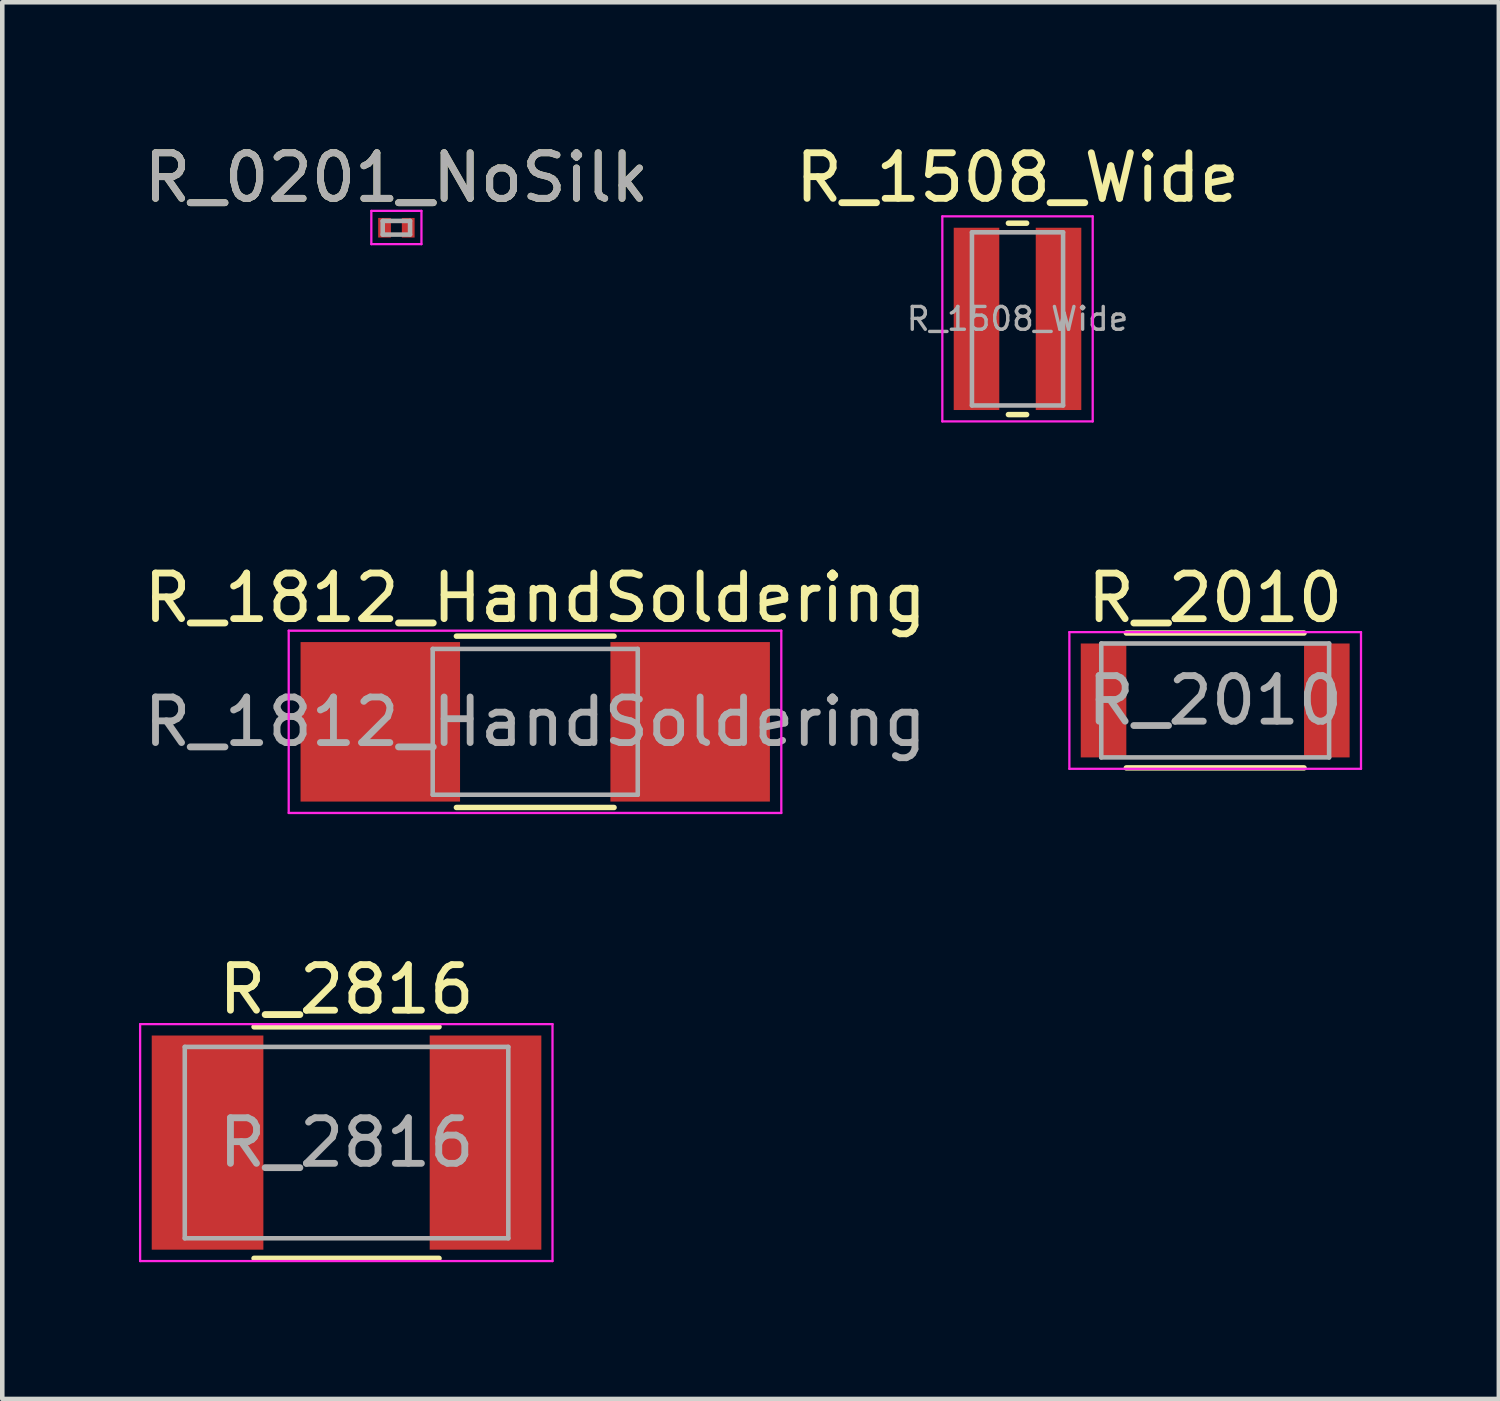
<source format=kicad_pcb>
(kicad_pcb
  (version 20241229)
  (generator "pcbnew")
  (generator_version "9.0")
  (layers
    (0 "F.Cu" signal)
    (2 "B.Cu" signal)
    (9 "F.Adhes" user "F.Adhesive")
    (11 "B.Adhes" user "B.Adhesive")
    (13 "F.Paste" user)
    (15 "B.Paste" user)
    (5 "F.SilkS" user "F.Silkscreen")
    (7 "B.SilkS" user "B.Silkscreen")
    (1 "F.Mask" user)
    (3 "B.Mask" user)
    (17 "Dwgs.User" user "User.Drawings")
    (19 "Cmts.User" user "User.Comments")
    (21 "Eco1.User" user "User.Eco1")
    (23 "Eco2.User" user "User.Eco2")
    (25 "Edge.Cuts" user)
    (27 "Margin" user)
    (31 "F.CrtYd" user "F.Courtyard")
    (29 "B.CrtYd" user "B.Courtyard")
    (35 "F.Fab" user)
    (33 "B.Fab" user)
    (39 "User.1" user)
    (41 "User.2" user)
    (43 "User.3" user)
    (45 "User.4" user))
  (footprint "R_1508_Wide"
    (layer "F.Cu")
    (at 19.28 3.948)
    (property "Reference" "R_1508_Wide" (at 0 -3.1 0) (layer "F.SilkS") (effects (font (size 1 1) (thickness 0.15))))
    (attr smd)
    (fp_line (start -0.2 -2.1) (end 0.2 -2.1) (stroke (width 0.12) (type solid)) (layer "F.SilkS"))
    (fp_line (start 0.2 2.1) (end -0.2 2.1) (stroke (width 0.12) (type solid)) (layer "F.SilkS"))
    (fp_line (start -1.65 -2.25) (end -1.65 2.25) (stroke (width 0.05) (type solid)) (layer "F.CrtYd"))
    (fp_line (start -1.65 -2.25) (end 1.65 -2.25) (stroke (width 0.05) (type solid)) (layer "F.CrtYd"))
    (fp_line (start 1.65 2.25) (end -1.65 2.25) (stroke (width 0.05) (type solid)) (layer "F.CrtYd"))
    (fp_line (start 1.65 2.25) (end 1.65 -2.25) (stroke (width 0.05) (type solid)) (layer "F.CrtYd"))
    (fp_line (start -1 -1.9) (end 1 -1.9) (stroke (width 0.1) (type solid)) (layer "F.Fab"))
    (fp_line (start -1 1.9) (end -1 -1.9) (stroke (width 0.1) (type solid)) (layer "F.Fab"))
    (fp_line (start 1 -1.9) (end 1 1.9) (stroke (width 0.1) (type solid)) (layer "F.Fab"))
    (fp_line (start 1 1.9) (end -1 1.9) (stroke (width 0.1) (type solid)) (layer "F.Fab"))
    (fp_text user "${REFERENCE}" (at 0 0 0) (layer "F.Fab") (effects (font (size 0.5 0.5) (thickness 0.075))))
    (pad "1" smd rect (at -0.9 0) (size 1 4) (layers "F.Cu" "F.Mask" "F.Paste"))
    (pad "2" smd rect (at 0.9 0) (size 1 4) (layers "F.Cu" "F.Mask" "F.Paste")))
  (footprint "R_0201_NoSilk"
    (layer "F.Cu")
    (at 5.649 1.948)
    (property "Reference" "R_0201_NoSilk" (at 0 -1.1 0) (layer "F.SilkS") (effects (font (size 1 1) (thickness 0.15))))
    (attr smd)
    (fp_line (start -0.55 -0.37) (end -0.55 0.36) (stroke (width 0.05) (type solid)) (layer "F.CrtYd"))
    (fp_line (start -0.55 -0.37) (end 0.55 -0.37) (stroke (width 0.05) (type solid)) (layer "F.CrtYd"))
    (fp_line (start 0.55 0.36) (end -0.55 0.36) (stroke (width 0.05) (type solid)) (layer "F.CrtYd"))
    (fp_line (start 0.55 0.36) (end 0.55 -0.37) (stroke (width 0.05) (type solid)) (layer "F.CrtYd"))
    (fp_line (start -0.3 -0.15) (end 0.3 -0.15) (stroke (width 0.1) (type solid)) (layer "F.Fab"))
    (fp_line (start -0.3 0.15) (end -0.3 -0.15) (stroke (width 0.1) (type solid)) (layer "F.Fab"))
    (fp_line (start 0.3 -0.15) (end 0.3 0.15) (stroke (width 0.1) (type solid)) (layer "F.Fab"))
    (fp_line (start 0.3 0.15) (end -0.3 0.15) (stroke (width 0.1) (type solid)) (layer "F.Fab"))
    (fp_text user "${REFERENCE}" (at 0 -1.1 0) (layer "F.Fab") (effects (font (size 1 1) (thickness 0.15))))
    (pad "1" smd rect (at -0.26 0) (size 0.28 0.43) (layers "F.Cu" "F.Mask" "F.Paste"))
    (pad "2" smd rect (at 0.26 0) (size 0.28 0.43) (layers "F.Cu" "F.Mask" "F.Paste")))
  (footprint "R_2010"
    (layer "F.Cu")
    (at 23.618 12.322)
    (property "Reference" "R_2010" (at 0 -2.25 0) (layer "F.SilkS") (effects (font (size 1 1) (thickness 0.15))))
    (attr smd)
    (fp_line (start -1.95 -1.48) (end 1.95 -1.48) (stroke (width 0.12) (type solid)) (layer "F.SilkS"))
    (fp_line (start 1.95 1.48) (end -1.95 1.48) (stroke (width 0.12) (type solid)) (layer "F.SilkS"))
    (fp_line (start -3.2 -1.5) (end -3.2 1.5) (stroke (width 0.05) (type solid)) (layer "F.CrtYd"))
    (fp_line (start -3.2 -1.5) (end 3.2 -1.5) (stroke (width 0.05) (type solid)) (layer "F.CrtYd"))
    (fp_line (start 3.2 1.5) (end -3.2 1.5) (stroke (width 0.05) (type solid)) (layer "F.CrtYd"))
    (fp_line (start 3.2 1.5) (end 3.2 -1.5) (stroke (width 0.05) (type solid)) (layer "F.CrtYd"))
    (fp_line (start -2.5 -1.25) (end 2.5 -1.25) (stroke (width 0.1) (type solid)) (layer "F.Fab"))
    (fp_line (start -2.5 1.25) (end -2.5 -1.25) (stroke (width 0.1) (type solid)) (layer "F.Fab"))
    (fp_line (start 2.5 -1.25) (end 2.5 1.25) (stroke (width 0.1) (type solid)) (layer "F.Fab"))
    (fp_line (start 2.5 1.25) (end -2.5 1.25) (stroke (width 0.1) (type solid)) (layer "F.Fab"))
    (fp_text user "${REFERENCE}" (at 0 0 0) (layer "F.Fab") (effects (font (size 1 1) (thickness 0.15))))
    (pad "1" smd rect (at -2.45 0) (size 1 2.5) (layers "F.Cu" "F.Mask" "F.Paste"))
    (pad "2" smd rect (at 2.45 0) (size 1 2.5) (layers "F.Cu" "F.Mask" "F.Paste")))
  (footprint "R_1812_HandSoldering"
    (layer "F.Cu")
    (at 8.696 12.791)
    (property "Reference" "R_1812_HandSoldering" (at 0 -2.72 0) (layer "F.SilkS") (effects (font (size 1 1) (thickness 0.15))))
    (attr smd)
    (fp_line (start -1.73 -1.88) (end 1.73 -1.88) (stroke (width 0.12) (type solid)) (layer "F.SilkS"))
    (fp_line (start -1.73 1.88) (end 1.73 1.88) (stroke (width 0.12) (type solid)) (layer "F.SilkS"))
    (fp_line (start -5.41 -2) (end -5.41 2) (stroke (width 0.05) (type solid)) (layer "F.CrtYd"))
    (fp_line (start -5.41 -2) (end 5.4 -2) (stroke (width 0.05) (type solid)) (layer "F.CrtYd"))
    (fp_line (start 5.4 2) (end -5.41 2) (stroke (width 0.05) (type solid)) (layer "F.CrtYd"))
    (fp_line (start 5.4 2) (end 5.4 -2) (stroke (width 0.05) (type solid)) (layer "F.CrtYd"))
    (fp_line (start -2.25 -1.6) (end 2.25 -1.6) (stroke (width 0.1) (type solid)) (layer "F.Fab"))
    (fp_line (start -2.25 1.6) (end -2.25 -1.6) (stroke (width 0.1) (type solid)) (layer "F.Fab"))
    (fp_line (start 2.25 -1.6) (end 2.25 1.6) (stroke (width 0.1) (type solid)) (layer "F.Fab"))
    (fp_line (start 2.25 1.6) (end -2.25 1.6) (stroke (width 0.1) (type solid)) (layer "F.Fab"))
    (fp_text user "${REFERENCE}" (at 0 0 0) (layer "F.Fab") (effects (font (size 1 1) (thickness 0.15))))
    (pad "1" smd rect (at -3.4 0) (size 3.5 3.5) (layers "F.Cu" "F.Mask" "F.Paste"))
    (pad "2" smd rect (at 3.4 0) (size 3.5 3.5) (layers "F.Cu" "F.Mask" "F.Paste")))
  (footprint "R_2816"
    (layer "F.Cu")
    (at 4.555 22.025)
    (property "Reference" "R_2816" (at 0 -3.36 0) (layer "F.SilkS") (effects (font (size 1 1) (thickness 0.15))))
    (attr smd)
    (fp_line (start -2.03 -2.54) (end 2.03 -2.54) (stroke (width 0.12) (type solid)) (layer "F.SilkS"))
    (fp_line (start -2.03 2.54) (end 2.03 2.54) (stroke (width 0.12) (type solid)) (layer "F.SilkS"))
    (fp_line (start -4.53 -2.6) (end -4.53 2.6) (stroke (width 0.05) (type solid)) (layer "F.CrtYd"))
    (fp_line (start -4.53 -2.6) (end 4.52 -2.6) (stroke (width 0.05) (type solid)) (layer "F.CrtYd"))
    (fp_line (start 4.52 2.6) (end -4.53 2.6) (stroke (width 0.05) (type solid)) (layer "F.CrtYd"))
    (fp_line (start 4.52 2.6) (end 4.52 -2.6) (stroke (width 0.05) (type solid)) (layer "F.CrtYd"))
    (fp_line (start -3.55 -2.1) (end -3.55 2.1) (stroke (width 0.1) (type solid)) (layer "F.Fab"))
    (fp_line (start -3.55 2.1) (end 3.55 2.1) (stroke (width 0.1) (type solid)) (layer "F.Fab"))
    (fp_line (start 3.55 -2.1) (end -3.55 -2.1) (stroke (width 0.1) (type solid)) (layer "F.Fab"))
    (fp_line (start 3.55 2.1) (end 3.55 -2.1) (stroke (width 0.1) (type solid)) (layer "F.Fab"))
    (fp_text user "${REFERENCE}" (at 0 0 0) (layer "F.Fab") (effects (font (size 1 1) (thickness 0.15))))
    (pad "1" smd rect (at -3.05 0) (size 2.45 4.7) (layers "F.Cu" "F.Mask" "F.Paste"))
    (pad "2" smd rect (at 3.05 0) (size 2.45 4.7) (layers "F.Cu" "F.Mask" "F.Paste")))
  (gr_rect
    (start -3 -3)
    (end 29.843 27.65)
    (stroke (width 0.1) (type default))
    (fill no)
    (layer "Edge.Cuts")))
</source>
